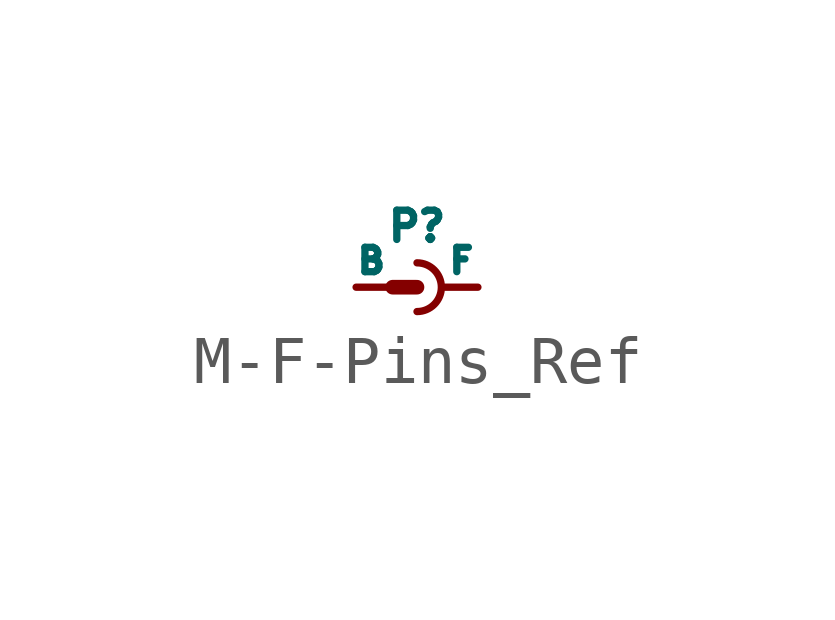
<source format=kicad_sym>
(kicad_symbol_lib
  (version 20220914)
  (generator kicad_symbol_editor)
  (symbol "M-F-Pins_Ref"
    (pin_numbers hide)
    (pin_names
      (offset 0))
    (property "Reference" "P"
      (at 0 1.27 0)
      (effects (font (size 0.61 0.61))))
    (symbol "M-F-Pins_Ref_0_1"
      (arc (start 0 -0.508) (mid 0.5058 0) (end 0 0.508) (stroke (width 0) (type solid)) (fill (type none)))
      (polyline (pts (xy -0.508 0) (xy 0 0)) (stroke (width 0.305) (type solid)) (fill (type none))))
    (symbol "M-F-Pins_Ref_1_1"
      (pin passive line (at -1.27 0 0) (length 0.635) (name "B" (effects (font (size 0.508 0.508)))) (number "1" (effects (font (size 0.508 0.508)))))
      (pin passive line (at 1.27 0 180) (length 0.686) (name "F" (effects (font (size 0.508 0.508)))) (number "2" (effects (font (size 0.508 0.508))))))))
</source>
